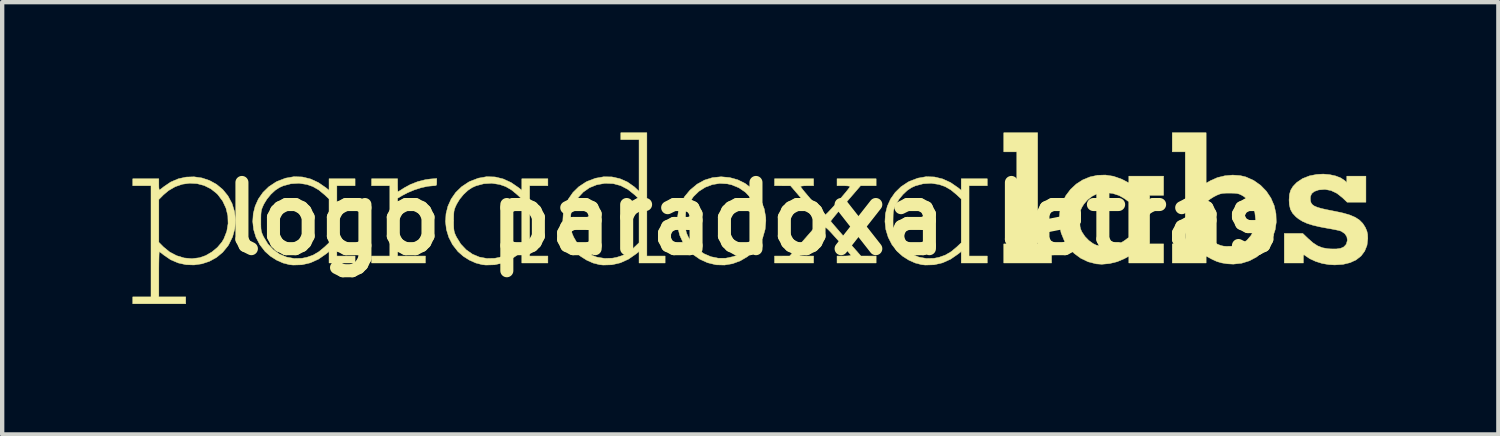
<source format=kicad_pcb>
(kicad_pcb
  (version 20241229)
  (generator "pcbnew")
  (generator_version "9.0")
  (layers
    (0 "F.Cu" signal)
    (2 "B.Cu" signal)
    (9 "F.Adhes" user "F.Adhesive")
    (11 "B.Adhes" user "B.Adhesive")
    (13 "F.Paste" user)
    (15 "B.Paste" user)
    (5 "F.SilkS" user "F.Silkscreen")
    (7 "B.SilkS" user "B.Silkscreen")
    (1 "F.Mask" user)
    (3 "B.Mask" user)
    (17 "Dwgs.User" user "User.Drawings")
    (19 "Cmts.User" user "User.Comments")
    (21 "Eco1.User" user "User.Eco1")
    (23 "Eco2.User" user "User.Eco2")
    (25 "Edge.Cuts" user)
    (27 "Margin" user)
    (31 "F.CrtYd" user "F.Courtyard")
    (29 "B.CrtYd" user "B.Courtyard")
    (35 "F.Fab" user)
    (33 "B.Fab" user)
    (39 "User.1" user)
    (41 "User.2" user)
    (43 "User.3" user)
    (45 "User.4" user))
  (footprint "logo paradoxa letras"
    (layer "F.Cu")
    (at 14.274 1.983)
    (property "Reference" "logo paradoxa letras" (at 0 0 0) (layer "F.SilkS") (effects (font (size 1.524 1.524) (thickness 0.3))))
    (attr through_hole)
    (fp_poly (pts (xy 6.555 0.58) (xy 6.875 0.58) (xy 6.875 1.019) (xy 5.775 1.019) (xy 5.775 0.58) (xy 6.075 0.58) (xy 6.075 -1.539) (xy 5.775 -1.539) (xy 5.775 -1.978) (xy 6.555 -1.978) (xy 6.555 0.58)) (stroke (width 0.01) (type solid)) (fill yes) (layer "F.SilkS"))
    (fp_poly (pts (xy -7.274 -0.842) (xy -7.276 -0.79) (xy -7.288 -0.766) (xy -7.32 -0.76) (xy -7.345 -0.759) (xy -7.478 -0.747) (xy -7.63 -0.714) (xy -7.79 -0.663) (xy -7.945 -0.598) (xy -8.069 -0.533) (xy -8.174 -0.47) (xy -8.174 0.859) (xy -7.534 0.859) (xy -7.534 1.019) (xy -8.773 1.019) (xy -8.773 0.859) (xy -8.353 0.859) (xy -8.353 -0.759) (xy -8.773 -0.759) (xy -8.773 -0.919) (xy -8.174 -0.919) (xy -8.174 -0.769) (xy -8.173 -0.698) (xy -8.17 -0.645) (xy -8.167 -0.62) (xy -8.167 -0.62) (xy -8.148 -0.63) (xy -8.104 -0.657) (xy -8.044 -0.695) (xy -8.027 -0.707) (xy -7.878 -0.788) (xy -7.709 -0.854) (xy -7.535 -0.898) (xy -7.419 -0.914) (xy -7.274 -0.925) (xy -7.274 -0.842)) (stroke (width 0.01) (type solid)) (fill yes) (layer "F.SilkS"))
    (fp_poly (pts (xy 8.298 -0.977) (xy 8.483 -0.912) (xy 8.548 -0.88) (xy 8.653 -0.823) (xy 8.653 -0.979) (xy 9.453 -0.979) (xy 9.453 -0.54) (xy 9.133 -0.54) (xy 9.133 0.58) (xy 9.453 0.58) (xy 9.453 1.019) (xy 8.653 1.019) (xy 8.653 0.863) (xy 8.548 0.92) (xy 8.386 0.989) (xy 8.209 1.032) (xy 8.032 1.048) (xy 7.904 1.039) (xy 7.717 0.991) (xy 7.547 0.91) (xy 7.396 0.799) (xy 7.268 0.662) (xy 7.167 0.503) (xy 7.095 0.327) (xy 7.056 0.136) (xy 7.05 0.02) (xy 7.524 0.02) (xy 7.526 0.114) (xy 7.531 0.182) (xy 7.543 0.234) (xy 7.564 0.285) (xy 7.578 0.312) (xy 7.644 0.41) (xy 7.731 0.5) (xy 7.827 0.571) (xy 7.9 0.607) (xy 8 0.629) (xy 8.119 0.636) (xy 8.242 0.629) (xy 8.35 0.608) (xy 8.367 0.603) (xy 8.446 0.568) (xy 8.528 0.521) (xy 8.561 0.498) (xy 8.652 0.43) (xy 8.652 -0.39) (xy 8.561 -0.458) (xy 8.43 -0.534) (xy 8.282 -0.582) (xy 8.127 -0.6) (xy 7.977 -0.587) (xy 7.908 -0.568) (xy 7.806 -0.516) (xy 7.705 -0.436) (xy 7.62 -0.339) (xy 7.578 -0.272) (xy 7.552 -0.218) (xy 7.536 -0.168) (xy 7.528 -0.109) (xy 7.525 -0.029) (xy 7.524 0.02) (xy 7.05 0.02) (xy 7.05 0.016) (xy 7.069 -0.183) (xy 7.122 -0.367) (xy 7.204 -0.532) (xy 7.313 -0.676) (xy 7.443 -0.797) (xy 7.592 -0.893) (xy 7.756 -0.961) (xy 7.931 -0.999) (xy 8.113 -1.005) (xy 8.298 -0.977)) (stroke (width 0.01) (type solid)) (fill yes) (layer "F.SilkS"))
    (fp_poly (pts (xy 10.432 -0.819) (xy 10.537 -0.878) (xy 10.691 -0.946) (xy 10.864 -0.988) (xy 11.043 -1.004) (xy 11.217 -0.992) (xy 11.349 -0.96) (xy 11.529 -0.879) (xy 11.686 -0.768) (xy 11.818 -0.632) (xy 11.923 -0.475) (xy 11.998 -0.301) (xy 12.039 -0.115) (xy 12.046 0.079) (xy 12.02 0.255) (xy 11.956 0.446) (xy 11.861 0.616) (xy 11.74 0.761) (xy 11.595 0.879) (xy 11.43 0.968) (xy 11.25 1.024) (xy 11.057 1.045) (xy 10.915 1.037) (xy 10.787 1.016) (xy 10.681 0.985) (xy 10.575 0.937) (xy 10.537 0.917) (xy 10.432 0.859) (xy 10.432 1.019) (xy 9.652 1.019) (xy 9.652 0.58) (xy 9.952 0.58) (xy 9.952 -0.375) (xy 10.431 -0.375) (xy 10.436 0.025) (xy 10.442 0.425) (xy 10.514 0.483) (xy 10.573 0.524) (xy 10.65 0.566) (xy 10.703 0.591) (xy 10.771 0.617) (xy 10.831 0.631) (xy 10.9 0.636) (xy 10.991 0.634) (xy 11.1 0.625) (xy 11.181 0.609) (xy 11.245 0.583) (xy 11.37 0.497) (xy 11.467 0.384) (xy 11.533 0.249) (xy 11.567 0.096) (xy 11.571 0.02) (xy 11.553 -0.143) (xy 11.502 -0.287) (xy 11.417 -0.411) (xy 11.303 -0.51) (xy 11.247 -0.543) (xy 11.198 -0.566) (xy 11.146 -0.58) (xy 11.08 -0.587) (xy 10.987 -0.589) (xy 10.971 -0.589) (xy 10.874 -0.588) (xy 10.804 -0.582) (xy 10.746 -0.568) (xy 10.688 -0.545) (xy 10.672 -0.538) (xy 10.598 -0.499) (xy 10.529 -0.455) (xy 10.496 -0.431) (xy 10.431 -0.375) (xy 9.952 -0.375) (xy 9.952 -1.539) (xy 9.652 -1.539) (xy 9.652 -1.978) (xy 10.432 -1.978) (xy 10.432 -0.819)) (stroke (width 0.01) (type solid)) (fill yes) (layer "F.SilkS"))
    (fp_poly (pts (xy -2.438 0.859) (xy -2.018 0.859) (xy -2.018 1.019) (xy -2.618 1.019) (xy -2.618 0.754) (xy -2.683 0.807) (xy -2.862 0.931) (xy -3.048 1.015) (xy -3.243 1.06) (xy -3.445 1.066) (xy -3.527 1.057) (xy -3.674 1.02) (xy -3.824 0.953) (xy -3.966 0.863) (xy -4.087 0.757) (xy -4.089 0.754) (xy -4.212 0.596) (xy -4.299 0.426) (xy -4.353 0.248) (xy -4.374 0.066) (xy -4.373 0.062) (xy -4.194 0.062) (xy -4.193 0.098) (xy -4.187 0.198) (xy -4.177 0.273) (xy -4.159 0.338) (xy -4.129 0.409) (xy -4.122 0.425) (xy -4.055 0.54) (xy -3.966 0.65) (xy -3.867 0.746) (xy -3.767 0.814) (xy -3.761 0.818) (xy -3.589 0.884) (xy -3.409 0.914) (xy -3.228 0.908) (xy -3.131 0.889) (xy -2.998 0.846) (xy -2.884 0.786) (xy -2.774 0.701) (xy -2.734 0.664) (xy -2.618 0.553) (xy -2.618 -0.454) (xy -2.723 -0.553) (xy -2.877 -0.676) (xy -3.039 -0.761) (xy -3.209 -0.807) (xy -3.389 -0.815) (xy -3.407 -0.814) (xy -3.592 -0.781) (xy -3.758 -0.714) (xy -3.903 -0.612) (xy -4.027 -0.478) (xy -4.052 -0.443) (xy -4.122 -0.324) (xy -4.167 -0.209) (xy -4.19 -0.084) (xy -4.194 0.062) (xy -4.373 0.062) (xy -4.362 -0.114) (xy -4.318 -0.289) (xy -4.243 -0.454) (xy -4.139 -0.604) (xy -4.005 -0.735) (xy -3.842 -0.843) (xy -3.809 -0.86) (xy -3.621 -0.931) (xy -3.431 -0.965) (xy -3.242 -0.962) (xy -3.059 -0.921) (xy -2.886 -0.845) (xy -2.727 -0.733) (xy -2.693 -0.702) (xy -2.618 -0.631) (xy -2.618 -1.819) (xy -3.038 -1.819) (xy -3.038 -1.978) (xy -2.438 -1.978) (xy -2.438 0.859)) (stroke (width 0.01) (type solid)) (fill yes) (layer "F.SilkS"))
    (fp_poly (pts (xy -10.37 -0.961) (xy -10.182 -0.916) (xy -9.998 -0.832) (xy -9.819 -0.709) (xy -9.817 -0.707) (xy -9.752 -0.654) (xy -9.752 -0.919) (xy -9.153 -0.919) (xy -9.153 -0.759) (xy -9.572 -0.759) (xy -9.572 0.859) (xy -9.153 0.859) (xy -9.153 1.019) (xy -9.752 1.019) (xy -9.752 0.754) (xy -9.817 0.807) (xy -9.996 0.931) (xy -10.183 1.015) (xy -10.377 1.06) (xy -10.579 1.066) (xy -10.662 1.057) (xy -10.808 1.02) (xy -10.959 0.953) (xy -11.1 0.863) (xy -11.221 0.757) (xy -11.224 0.754) (xy -11.346 0.596) (xy -11.434 0.426) (xy -11.488 0.248) (xy -11.508 0.066) (xy -11.507 0.05) (xy -11.321 0.05) (xy -11.321 0.154) (xy -11.318 0.228) (xy -11.311 0.283) (xy -11.297 0.331) (xy -11.276 0.381) (xy -11.256 0.422) (xy -11.157 0.584) (xy -11.033 0.715) (xy -10.889 0.816) (xy -10.729 0.883) (xy -10.556 0.915) (xy -10.376 0.911) (xy -10.261 0.888) (xy -10.117 0.837) (xy -9.984 0.758) (xy -9.857 0.653) (xy -9.752 0.554) (xy -9.752 -0.454) (xy -9.857 -0.553) (xy -9.99 -0.663) (xy -10.124 -0.74) (xy -10.261 -0.788) (xy -10.443 -0.816) (xy -10.628 -0.805) (xy -10.807 -0.757) (xy -10.896 -0.717) (xy -10.994 -0.652) (xy -11.093 -0.559) (xy -11.182 -0.45) (xy -11.252 -0.336) (xy -11.257 -0.325) (xy -11.284 -0.265) (xy -11.303 -0.215) (xy -11.313 -0.165) (xy -11.319 -0.103) (xy -11.321 -0.019) (xy -11.321 0.05) (xy -11.507 0.05) (xy -11.496 -0.114) (xy -11.452 -0.289) (xy -11.378 -0.454) (xy -11.273 -0.604) (xy -11.139 -0.735) (xy -10.976 -0.843) (xy -10.944 -0.86) (xy -10.753 -0.933) (xy -10.561 -0.967) (xy -10.37 -0.961)) (stroke (width 0.01) (type solid)) (fill yes) (layer "F.SilkS"))
    (fp_poly (pts (xy -5.934 -0.961) (xy -5.746 -0.916) (xy -5.562 -0.832) (xy -5.383 -0.709) (xy -5.381 -0.707) (xy -5.316 -0.654) (xy -5.316 -0.919) (xy -4.716 -0.919) (xy -4.716 -0.759) (xy -5.136 -0.759) (xy -5.136 0.859) (xy -4.716 0.859) (xy -4.716 1.019) (xy -5.316 1.019) (xy -5.316 0.754) (xy -5.381 0.807) (xy -5.56 0.931) (xy -5.746 1.015) (xy -5.941 1.06) (xy -6.143 1.066) (xy -6.225 1.057) (xy -6.372 1.02) (xy -6.522 0.953) (xy -6.664 0.863) (xy -6.784 0.757) (xy -6.787 0.754) (xy -6.91 0.596) (xy -6.997 0.426) (xy -7.051 0.248) (xy -7.072 0.066) (xy -7.07 0.05) (xy -6.885 0.05) (xy -6.884 0.154) (xy -6.881 0.228) (xy -6.874 0.283) (xy -6.861 0.331) (xy -6.84 0.381) (xy -6.82 0.422) (xy -6.72 0.584) (xy -6.596 0.715) (xy -6.452 0.816) (xy -6.292 0.883) (xy -6.12 0.915) (xy -5.939 0.911) (xy -5.825 0.888) (xy -5.681 0.837) (xy -5.547 0.758) (xy -5.421 0.653) (xy -5.316 0.554) (xy -5.316 -0.454) (xy -5.421 -0.553) (xy -5.554 -0.663) (xy -5.687 -0.74) (xy -5.825 -0.788) (xy -6.007 -0.816) (xy -6.191 -0.805) (xy -6.37 -0.757) (xy -6.459 -0.717) (xy -6.557 -0.652) (xy -6.656 -0.559) (xy -6.746 -0.45) (xy -6.815 -0.336) (xy -6.82 -0.325) (xy -6.848 -0.265) (xy -6.866 -0.215) (xy -6.877 -0.165) (xy -6.882 -0.103) (xy -6.884 -0.019) (xy -6.885 0.05) (xy -7.07 0.05) (xy -7.06 -0.114) (xy -7.016 -0.289) (xy -6.941 -0.454) (xy -6.837 -0.604) (xy -6.702 -0.735) (xy -6.54 -0.843) (xy -6.507 -0.86) (xy -6.316 -0.933) (xy -6.125 -0.967) (xy -5.934 -0.961)) (stroke (width 0.01) (type solid)) (fill yes) (layer "F.SilkS"))
    (fp_poly (pts (xy 4.178 -0.961) (xy 4.366 -0.916) (xy 4.551 -0.832) (xy 4.729 -0.709) (xy 4.731 -0.707) (xy 4.796 -0.654) (xy 4.796 -0.919) (xy 5.396 -0.919) (xy 5.396 -0.759) (xy 4.976 -0.759) (xy 4.976 0.859) (xy 5.396 0.859) (xy 5.396 1.019) (xy 4.796 1.019) (xy 4.796 0.754) (xy 4.731 0.807) (xy 4.552 0.931) (xy 4.366 1.015) (xy 4.171 1.06) (xy 3.969 1.066) (xy 3.887 1.057) (xy 3.74 1.02) (xy 3.59 0.953) (xy 3.448 0.863) (xy 3.328 0.757) (xy 3.325 0.754) (xy 3.202 0.596) (xy 3.115 0.426) (xy 3.061 0.248) (xy 3.041 0.066) (xy 3.042 0.05) (xy 3.227 0.05) (xy 3.228 0.154) (xy 3.231 0.228) (xy 3.238 0.283) (xy 3.251 0.331) (xy 3.272 0.381) (xy 3.292 0.422) (xy 3.392 0.584) (xy 3.516 0.715) (xy 3.66 0.816) (xy 3.82 0.883) (xy 3.992 0.915) (xy 4.173 0.911) (xy 4.287 0.888) (xy 4.431 0.837) (xy 4.565 0.758) (xy 4.691 0.653) (xy 4.796 0.554) (xy 4.796 -0.454) (xy 4.691 -0.553) (xy 4.558 -0.663) (xy 4.425 -0.74) (xy 4.287 -0.788) (xy 4.105 -0.816) (xy 3.921 -0.805) (xy 3.742 -0.757) (xy 3.653 -0.717) (xy 3.555 -0.652) (xy 3.456 -0.559) (xy 3.366 -0.45) (xy 3.297 -0.336) (xy 3.292 -0.325) (xy 3.264 -0.265) (xy 3.246 -0.215) (xy 3.235 -0.165) (xy 3.23 -0.103) (xy 3.228 -0.019) (xy 3.227 0.05) (xy 3.042 0.05) (xy 3.052 -0.114) (xy 3.096 -0.289) (xy 3.171 -0.454) (xy 3.276 -0.604) (xy 3.41 -0.735) (xy 3.572 -0.843) (xy 3.605 -0.86) (xy 3.796 -0.933) (xy 3.988 -0.967) (xy 4.178 -0.961)) (stroke (width 0.01) (type solid)) (fill yes) (layer "F.SilkS"))
    (fp_poly (pts (xy -12.677 -0.938) (xy -12.504 -0.88) (xy -12.343 -0.792) (xy -12.199 -0.673) (xy -12.079 -0.526) (xy -11.984 -0.349) (xy -11.926 -0.16) (xy -11.905 0.033) (xy -11.92 0.228) (xy -11.972 0.417) (xy -12.06 0.596) (xy -12.079 0.626) (xy -12.2 0.774) (xy -12.343 0.892) (xy -12.505 0.981) (xy -12.678 1.038) (xy -12.859 1.064) (xy -13.042 1.058) (xy -13.222 1.018) (xy -13.395 0.945) (xy -13.553 0.837) (xy -13.604 0.796) (xy -13.642 0.768) (xy -13.658 0.759) (xy -13.661 0.779) (xy -13.664 0.832) (xy -13.666 0.916) (xy -13.668 1.023) (xy -13.669 1.15) (xy -13.669 1.279) (xy -13.669 1.799) (xy -13.05 1.799) (xy -13.05 1.958) (xy -14.269 1.958) (xy -14.269 1.799) (xy -13.849 1.799) (xy -13.849 -0.442) (xy -13.669 -0.442) (xy -13.669 0.542) (xy -13.563 0.649) (xy -13.42 0.766) (xy -13.258 0.851) (xy -13.086 0.903) (xy -12.908 0.919) (xy -12.732 0.898) (xy -12.588 0.847) (xy -12.447 0.765) (xy -12.32 0.66) (xy -12.218 0.539) (xy -12.173 0.464) (xy -12.105 0.291) (xy -12.075 0.111) (xy -12.081 -0.068) (xy -12.123 -0.242) (xy -12.199 -0.405) (xy -12.309 -0.552) (xy -12.333 -0.577) (xy -12.47 -0.687) (xy -12.624 -0.764) (xy -12.788 -0.807) (xy -12.957 -0.817) (xy -13.127 -0.794) (xy -13.292 -0.737) (xy -13.447 -0.647) (xy -13.563 -0.549) (xy -13.669 -0.442) (xy -13.849 -0.442) (xy -13.849 -0.759) (xy -14.269 -0.759) (xy -14.269 -0.919) (xy -13.669 -0.919) (xy -13.669 -0.789) (xy -13.668 -0.723) (xy -13.663 -0.676) (xy -13.658 -0.659) (xy -13.638 -0.671) (xy -13.597 -0.702) (xy -13.553 -0.737) (xy -13.394 -0.845) (xy -13.222 -0.918) (xy -13.041 -0.958) (xy -12.858 -0.964) (xy -12.677 -0.938)) (stroke (width 0.01) (type solid)) (fill yes) (layer "F.SilkS"))
    (fp_poly (pts (xy -0.532 -0.947) (xy -0.345 -0.895) (xy -0.176 -0.811) (xy -0.028 -0.699) (xy 0.097 -0.562) (xy 0.195 -0.403) (xy 0.263 -0.225) (xy 0.297 -0.033) (xy 0.3 0.05) (xy 0.283 0.246) (xy 0.232 0.424) (xy 0.145 0.59) (xy 0.02 0.746) (xy -0.123 0.872) (xy -0.288 0.969) (xy -0.467 1.035) (xy -0.652 1.066) (xy -0.838 1.061) (xy -0.852 1.059) (xy -1.043 1.012) (xy -1.217 0.933) (xy -1.371 0.826) (xy -1.502 0.695) (xy -1.607 0.545) (xy -1.683 0.378) (xy -1.727 0.2) (xy -1.736 0.05) (xy -1.549 0.05) (xy -1.548 0.153) (xy -1.545 0.227) (xy -1.538 0.283) (xy -1.525 0.33) (xy -1.504 0.381) (xy -1.482 0.426) (xy -1.386 0.58) (xy -1.265 0.707) (xy -1.123 0.806) (xy -0.965 0.874) (xy -0.797 0.909) (xy -0.625 0.909) (xy -0.451 0.872) (xy -0.417 0.86) (xy -0.266 0.783) (xy -0.132 0.672) (xy -0.025 0.542) (xy 0.045 0.424) (xy 0.09 0.309) (xy 0.113 0.184) (xy 0.118 0.038) (xy 0.116 0.002) (xy 0.111 -0.098) (xy 0.1 -0.173) (xy 0.082 -0.238) (xy 0.053 -0.309) (xy 0.045 -0.325) (xy -0.049 -0.481) (xy -0.172 -0.611) (xy -0.32 -0.712) (xy -0.487 -0.78) (xy -0.588 -0.803) (xy -0.762 -0.813) (xy -0.933 -0.785) (xy -1.094 -0.724) (xy -1.24 -0.631) (xy -1.365 -0.51) (xy -1.465 -0.364) (xy -1.484 -0.326) (xy -1.512 -0.266) (xy -1.53 -0.216) (xy -1.541 -0.165) (xy -1.547 -0.104) (xy -1.549 -0.02) (xy -1.549 0.05) (xy -1.736 0.05) (xy -1.738 0.013) (xy -1.712 -0.176) (xy -1.708 -0.191) (xy -1.65 -0.362) (xy -1.569 -0.509) (xy -1.455 -0.646) (xy -1.44 -0.662) (xy -1.283 -0.794) (xy -1.113 -0.888) (xy -0.929 -0.945) (xy -0.731 -0.965) (xy -0.532 -0.947)) (stroke (width 0.01) (type solid)) (fill yes) (layer "F.SilkS"))
    (fp_poly (pts (xy 13.275 -1.014) (xy 13.413 -0.984) (xy 13.532 -0.937) (xy 13.622 -0.877) (xy 13.624 -0.875) (xy 13.669 -0.832) (xy 13.669 -0.979) (xy 14.109 -0.979) (xy 14.109 -0.38) (xy 13.677 -0.38) (xy 13.571 -0.482) (xy 13.442 -0.584) (xy 13.306 -0.649) (xy 13.167 -0.675) (xy 13.026 -0.663) (xy 13.016 -0.661) (xy 12.921 -0.627) (xy 12.862 -0.579) (xy 12.834 -0.514) (xy 12.83 -0.469) (xy 12.833 -0.412) (xy 12.847 -0.365) (xy 12.874 -0.326) (xy 12.919 -0.293) (xy 12.987 -0.264) (xy 13.081 -0.236) (xy 13.205 -0.208) (xy 13.364 -0.176) (xy 13.399 -0.17) (xy 13.588 -0.129) (xy 13.742 -0.084) (xy 13.865 -0.031) (xy 13.962 0.033) (xy 14.037 0.109) (xy 14.095 0.2) (xy 14.1 0.211) (xy 14.132 0.287) (xy 14.148 0.36) (xy 14.152 0.449) (xy 14.152 0.458) (xy 14.134 0.612) (xy 14.081 0.745) (xy 13.998 0.857) (xy 13.885 0.946) (xy 13.746 1.011) (xy 13.581 1.051) (xy 13.392 1.063) (xy 13.26 1.056) (xy 13.105 1.03) (xy 12.954 0.983) (xy 12.817 0.92) (xy 12.707 0.846) (xy 12.705 0.843) (xy 12.685 0.829) (xy 12.674 0.836) (xy 12.67 0.871) (xy 12.67 0.916) (xy 12.67 1.019) (xy 12.23 1.019) (xy 12.23 0.34) (xy 12.657 0.34) (xy 12.779 0.457) (xy 12.892 0.556) (xy 12.998 0.625) (xy 13.107 0.668) (xy 13.231 0.69) (xy 13.3 0.695) (xy 13.429 0.696) (xy 13.526 0.682) (xy 13.596 0.652) (xy 13.644 0.604) (xy 13.66 0.579) (xy 13.683 0.495) (xy 13.67 0.415) (xy 13.623 0.344) (xy 13.546 0.291) (xy 13.524 0.282) (xy 13.483 0.27) (xy 13.413 0.255) (xy 13.323 0.237) (xy 13.224 0.22) (xy 13.037 0.185) (xy 12.883 0.148) (xy 12.756 0.108) (xy 12.652 0.062) (xy 12.563 0.007) (xy 12.5 -0.043) (xy 12.422 -0.126) (xy 12.372 -0.216) (xy 12.347 -0.324) (xy 12.341 -0.43) (xy 12.349 -0.556) (xy 12.378 -0.657) (xy 12.432 -0.745) (xy 12.516 -0.832) (xy 12.521 -0.836) (xy 12.651 -0.924) (xy 12.81 -0.986) (xy 12.979 -1.019) (xy 13.128 -1.027) (xy 13.275 -1.014)) (stroke (width 0.01) (type solid)) (fill yes) (layer "F.SilkS"))
    (fp_poly (pts (xy 1.399 -0.759) (xy 1.249 -0.759) (xy 1.177 -0.757) (xy 1.124 -0.751) (xy 1.1 -0.743) (xy 1.099 -0.741) (xy 1.112 -0.718) (xy 1.147 -0.672) (xy 1.199 -0.608) (xy 1.264 -0.531) (xy 1.336 -0.446) (xy 1.412 -0.359) (xy 1.486 -0.277) (xy 1.553 -0.203) (xy 1.609 -0.143) (xy 1.649 -0.104) (xy 1.669 -0.09) (xy 1.688 -0.104) (xy 1.729 -0.144) (xy 1.785 -0.204) (xy 1.853 -0.278) (xy 1.927 -0.361) (xy 2.002 -0.447) (xy 2.075 -0.532) (xy 2.14 -0.609) (xy 2.191 -0.673) (xy 2.226 -0.719) (xy 2.238 -0.741) (xy 2.22 -0.75) (xy 2.171 -0.756) (xy 2.102 -0.759) (xy 2.088 -0.759) (xy 1.938 -0.759) (xy 1.938 -0.919) (xy 2.838 -0.919) (xy 2.838 -0.759) (xy 2.48 -0.759) (xy 2.134 -0.358) (xy 2.043 -0.25) (xy 1.96 -0.153) (xy 1.89 -0.069) (xy 1.837 -0.003) (xy 1.803 0.04) (xy 1.792 0.057) (xy 1.806 0.075) (xy 1.842 0.119) (xy 1.898 0.184) (xy 1.97 0.267) (xy 2.054 0.364) (xy 2.142 0.464) (xy 2.488 0.858) (xy 2.663 0.859) (xy 2.838 0.859) (xy 2.838 1.019) (xy 1.938 1.019) (xy 1.938 0.859) (xy 2.098 0.859) (xy 2.173 0.857) (xy 2.228 0.852) (xy 2.257 0.845) (xy 2.258 0.843) (xy 2.245 0.824) (xy 2.21 0.78) (xy 2.155 0.715) (xy 2.084 0.634) (xy 2.003 0.542) (xy 1.966 0.501) (xy 1.87 0.395) (xy 1.798 0.315) (xy 1.744 0.259) (xy 1.706 0.223) (xy 1.68 0.204) (xy 1.662 0.198) (xy 1.649 0.203) (xy 1.638 0.213) (xy 1.59 0.263) (xy 1.528 0.331) (xy 1.457 0.409) (xy 1.38 0.495) (xy 1.303 0.581) (xy 1.231 0.663) (xy 1.168 0.736) (xy 1.118 0.794) (xy 1.087 0.831) (xy 1.079 0.844) (xy 1.098 0.851) (xy 1.146 0.856) (xy 1.216 0.859) (xy 1.239 0.859) (xy 1.399 0.859) (xy 1.399 1.019) (xy 0.5 1.019) (xy 0.5 0.859) (xy 0.674 0.859) (xy 0.849 0.858) (xy 1.196 0.464) (xy 1.289 0.358) (xy 1.373 0.261) (xy 1.443 0.177) (xy 1.498 0.112) (xy 1.532 0.068) (xy 1.543 0.05) (xy 1.531 0.03) (xy 1.496 -0.016) (xy 1.441 -0.084) (xy 1.371 -0.169) (xy 1.288 -0.267) (xy 1.206 -0.363) (xy 0.869 -0.757) (xy 0.684 -0.758) (xy 0.5 -0.759) (xy 0.5 -0.919) (xy 1.399 -0.919) (xy 1.399 -0.759)) (stroke (width 0.01) (type solid)) (fill yes) (layer "F.SilkS")))
  (gr_rect
    (start -3 -3)
    (end 31.431 6.947)
    (stroke (width 0.1) (type default))
    (fill no)
    (layer "Edge.Cuts")))
</source>
